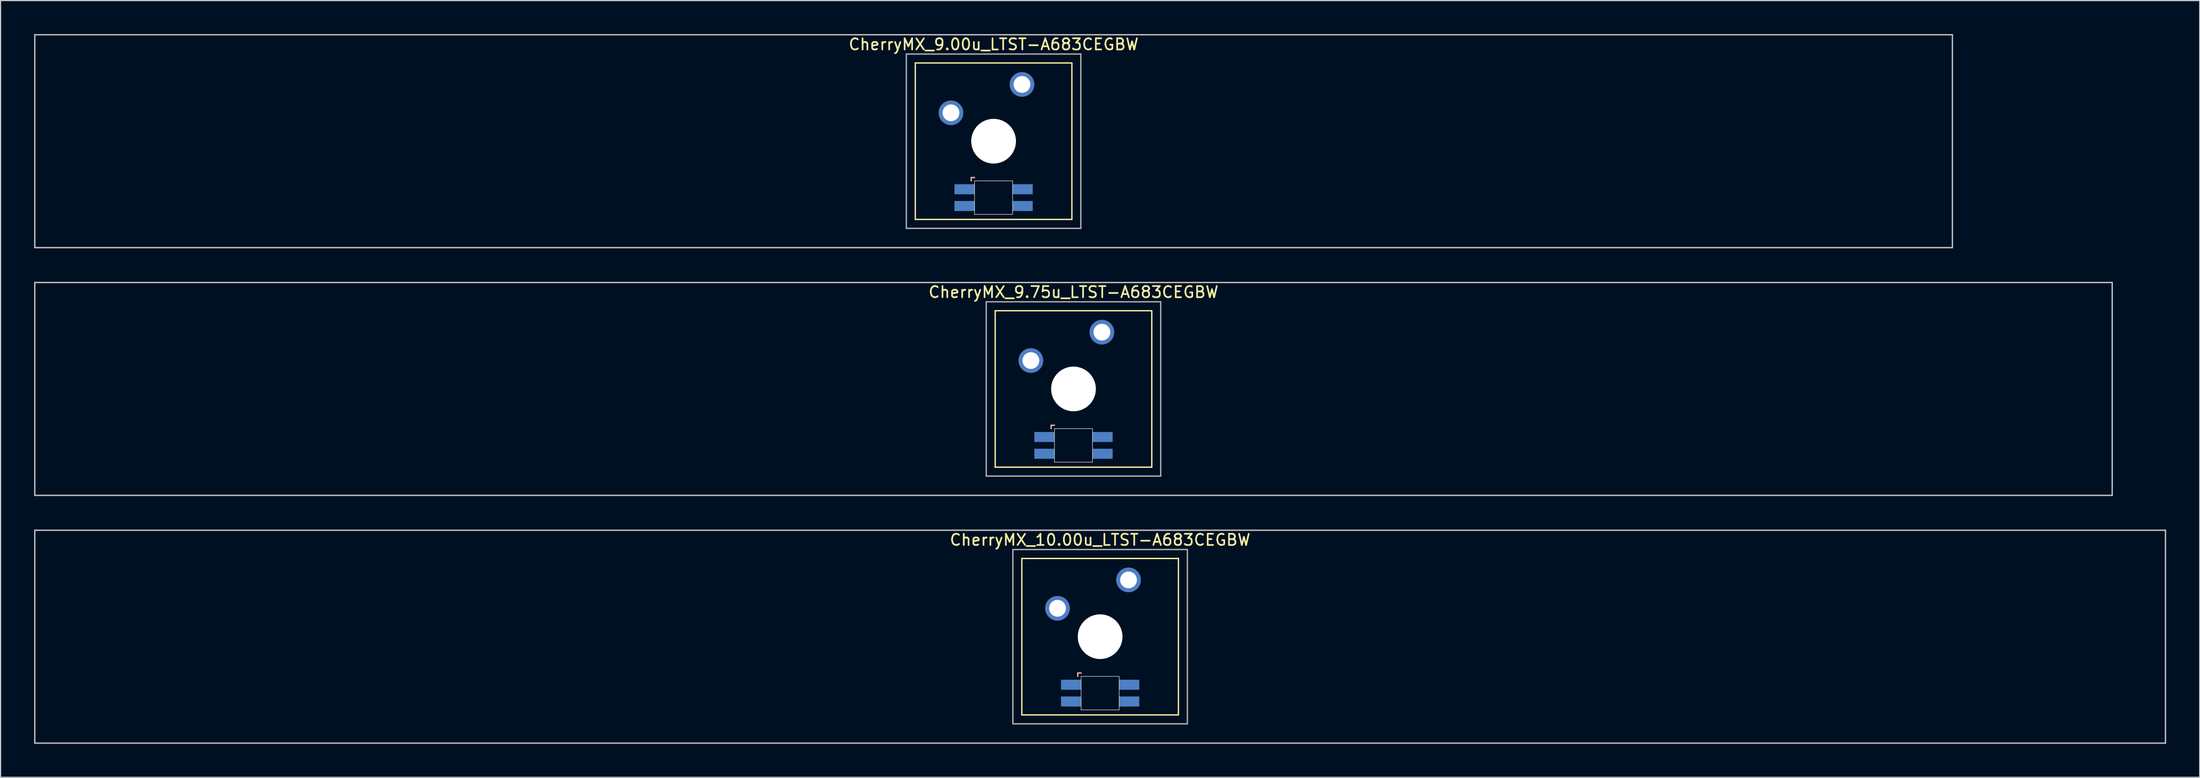
<source format=kicad_pcb>
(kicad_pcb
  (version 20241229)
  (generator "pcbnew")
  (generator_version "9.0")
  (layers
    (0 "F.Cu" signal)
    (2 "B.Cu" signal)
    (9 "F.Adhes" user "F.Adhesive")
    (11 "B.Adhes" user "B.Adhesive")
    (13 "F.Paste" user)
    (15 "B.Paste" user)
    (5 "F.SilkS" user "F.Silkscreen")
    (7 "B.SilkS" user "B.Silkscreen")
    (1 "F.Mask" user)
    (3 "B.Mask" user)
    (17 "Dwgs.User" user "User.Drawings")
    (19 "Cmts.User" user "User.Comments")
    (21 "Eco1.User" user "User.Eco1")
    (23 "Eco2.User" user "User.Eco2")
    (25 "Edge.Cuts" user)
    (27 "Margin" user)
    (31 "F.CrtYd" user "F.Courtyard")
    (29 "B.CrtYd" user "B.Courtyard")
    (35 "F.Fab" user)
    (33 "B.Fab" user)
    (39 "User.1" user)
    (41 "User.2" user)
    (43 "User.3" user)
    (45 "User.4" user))
  (footprint "CherryMX_10.00u_LTST-A683CEGBW"
    (layer "F.Cu")
    (at 95.31 53.925)
    (property "Reference" "CherryMX_10.00u_LTST-A683CEGBW" (at 0 -8.662 0) (layer "F.SilkS") (effects (font (size 1 1) (thickness 0.15))))
    (attr through_hole)
    (fp_line (start -7 -7) (end -7 7) (stroke (width 0.12) (type solid)) (layer "F.SilkS"))
    (fp_line (start -7 -7) (end 7 -7) (stroke (width 0.12) (type solid)) (layer "F.SilkS"))
    (fp_line (start 7 -7) (end 7 7) (stroke (width 0.12) (type solid)) (layer "F.SilkS"))
    (fp_line (start 7 7) (end -7 7) (stroke (width 0.12) (type solid)) (layer "F.SilkS"))
    (fp_line (start -2 3.25) (end -2 3.55) (stroke (width 0.12) (type solid)) (layer "B.SilkS"))
    (fp_line (start -1.7 3.25) (end -2 3.25) (stroke (width 0.12) (type solid)) (layer "B.SilkS"))
    (fp_line (start -95.25 -9.525) (end 95.25 -9.525) (stroke (width 0.12) (type solid)) (layer "Dwgs.User"))
    (fp_line (start -95.25 9.525) (end -95.25 -9.525) (stroke (width 0.12) (type solid)) (layer "Dwgs.User"))
    (fp_line (start 95.25 -9.525) (end 95.25 9.525) (stroke (width 0.12) (type solid)) (layer "Dwgs.User"))
    (fp_line (start 95.25 9.525) (end -95.25 9.525) (stroke (width 0.12) (type solid)) (layer "Dwgs.User"))
    (fp_line (start -1.7 3.55) (end 1.7 3.55) (stroke (width 0.05) (type solid)) (layer "Edge.Cuts"))
    (fp_line (start -1.7 6.55) (end -1.7 3.55) (stroke (width 0.05) (type solid)) (layer "Edge.Cuts"))
    (fp_line (start 1.7 3.55) (end 1.7 6.55) (stroke (width 0.05) (type solid)) (layer "Edge.Cuts"))
    (fp_line (start 1.7 6.55) (end -1.7 6.55) (stroke (width 0.05) (type solid)) (layer "Edge.Cuts"))
    (fp_line (start -7.8 -7.8) (end -7.8 7.8) (stroke (width 0.12) (type solid)) (layer "F.Fab"))
    (fp_line (start -7.8 -7.8) (end 7.8 -7.8) (stroke (width 0.12) (type solid)) (layer "F.Fab"))
    (fp_line (start -7.8 7.8) (end 7.8 7.8) (stroke (width 0.12) (type solid)) (layer "F.Fab"))
    (fp_line (start 7.8 -7.8) (end 7.8 7.8) (stroke (width 0.12) (type solid)) (layer "F.Fab"))
    (pad "" np_thru_hole circle (at 0 0) (size 4 4) (drill 4) (layers "*.Cu" "*.Mask"))
    (pad "1" thru_hole circle (at -3.81 -2.54) (size 2.2 2.2) (drill 1.5) (layers "*.Cu" "*.Mask"))
    (pad "2" thru_hole circle (at 2.54 -5.08) (size 2.2 2.2) (drill 1.5) (layers "*.Cu" "*.Mask"))
    (pad "3" smd rect (at -2.6 4.3) (size 1.8 0.9) (layers "B.Cu" "B.Mask" "B.Paste"))
    (pad "4" smd rect (at -2.6 5.8) (size 1.8 0.9) (layers "B.Cu" "B.Mask" "B.Paste"))
    (pad "5" smd rect (at 2.6 4.3) (size 1.8 0.9) (layers "B.Cu" "B.Mask" "B.Paste"))
    (pad "6" smd rect (at 2.6 5.8) (size 1.8 0.9) (layers "B.Cu" "B.Mask" "B.Paste")))
  (footprint "CherryMX_9.00u_LTST-A683CEGBW"
    (layer "F.Cu")
    (at 85.785 9.585)
    (property "Reference" "CherryMX_9.00u_LTST-A683CEGBW" (at 0 -8.662 0) (layer "F.SilkS") (effects (font (size 1 1) (thickness 0.15))))
    (attr through_hole)
    (fp_line (start -7 -7) (end -7 7) (stroke (width 0.12) (type solid)) (layer "F.SilkS"))
    (fp_line (start -7 -7) (end 7 -7) (stroke (width 0.12) (type solid)) (layer "F.SilkS"))
    (fp_line (start 7 -7) (end 7 7) (stroke (width 0.12) (type solid)) (layer "F.SilkS"))
    (fp_line (start 7 7) (end -7 7) (stroke (width 0.12) (type solid)) (layer "F.SilkS"))
    (fp_line (start -2 3.25) (end -2 3.55) (stroke (width 0.12) (type solid)) (layer "B.SilkS"))
    (fp_line (start -1.7 3.25) (end -2 3.25) (stroke (width 0.12) (type solid)) (layer "B.SilkS"))
    (fp_line (start -85.725 -9.525) (end 85.725 -9.525) (stroke (width 0.12) (type solid)) (layer "Dwgs.User"))
    (fp_line (start -85.725 9.525) (end -85.725 -9.525) (stroke (width 0.12) (type solid)) (layer "Dwgs.User"))
    (fp_line (start 85.725 -9.525) (end 85.725 9.525) (stroke (width 0.12) (type solid)) (layer "Dwgs.User"))
    (fp_line (start 85.725 9.525) (end -85.725 9.525) (stroke (width 0.12) (type solid)) (layer "Dwgs.User"))
    (fp_line (start -1.7 3.55) (end 1.7 3.55) (stroke (width 0.05) (type solid)) (layer "Edge.Cuts"))
    (fp_line (start -1.7 6.55) (end -1.7 3.55) (stroke (width 0.05) (type solid)) (layer "Edge.Cuts"))
    (fp_line (start 1.7 3.55) (end 1.7 6.55) (stroke (width 0.05) (type solid)) (layer "Edge.Cuts"))
    (fp_line (start 1.7 6.55) (end -1.7 6.55) (stroke (width 0.05) (type solid)) (layer "Edge.Cuts"))
    (fp_line (start -7.8 -7.8) (end -7.8 7.8) (stroke (width 0.12) (type solid)) (layer "F.Fab"))
    (fp_line (start -7.8 -7.8) (end 7.8 -7.8) (stroke (width 0.12) (type solid)) (layer "F.Fab"))
    (fp_line (start -7.8 7.8) (end 7.8 7.8) (stroke (width 0.12) (type solid)) (layer "F.Fab"))
    (fp_line (start 7.8 -7.8) (end 7.8 7.8) (stroke (width 0.12) (type solid)) (layer "F.Fab"))
    (pad "" np_thru_hole circle (at 0 0) (size 4 4) (drill 4) (layers "*.Cu" "*.Mask"))
    (pad "1" thru_hole circle (at -3.81 -2.54) (size 2.2 2.2) (drill 1.5) (layers "*.Cu" "*.Mask"))
    (pad "2" thru_hole circle (at 2.54 -5.08) (size 2.2 2.2) (drill 1.5) (layers "*.Cu" "*.Mask"))
    (pad "3" smd rect (at -2.6 4.3) (size 1.8 0.9) (layers "B.Cu" "B.Mask" "B.Paste"))
    (pad "4" smd rect (at -2.6 5.8) (size 1.8 0.9) (layers "B.Cu" "B.Mask" "B.Paste"))
    (pad "5" smd rect (at 2.6 4.3) (size 1.8 0.9) (layers "B.Cu" "B.Mask" "B.Paste"))
    (pad "6" smd rect (at 2.6 5.8) (size 1.8 0.9) (layers "B.Cu" "B.Mask" "B.Paste")))
  (footprint "CherryMX_9.75u_LTST-A683CEGBW"
    (layer "F.Cu")
    (at 92.929 31.755)
    (property "Reference" "CherryMX_9.75u_LTST-A683CEGBW" (at 0 -8.662 0) (layer "F.SilkS") (effects (font (size 1 1) (thickness 0.15))))
    (attr through_hole)
    (fp_line (start -7 -7) (end -7 7) (stroke (width 0.12) (type solid)) (layer "F.SilkS"))
    (fp_line (start -7 -7) (end 7 -7) (stroke (width 0.12) (type solid)) (layer "F.SilkS"))
    (fp_line (start 7 -7) (end 7 7) (stroke (width 0.12) (type solid)) (layer "F.SilkS"))
    (fp_line (start 7 7) (end -7 7) (stroke (width 0.12) (type solid)) (layer "F.SilkS"))
    (fp_line (start -2 3.25) (end -2 3.55) (stroke (width 0.12) (type solid)) (layer "B.SilkS"))
    (fp_line (start -1.7 3.25) (end -2 3.25) (stroke (width 0.12) (type solid)) (layer "B.SilkS"))
    (fp_line (start -92.869 -9.525) (end 92.869 -9.525) (stroke (width 0.12) (type solid)) (layer "Dwgs.User"))
    (fp_line (start -92.869 9.525) (end -92.869 -9.525) (stroke (width 0.12) (type solid)) (layer "Dwgs.User"))
    (fp_line (start 92.869 -9.525) (end 92.869 9.525) (stroke (width 0.12) (type solid)) (layer "Dwgs.User"))
    (fp_line (start 92.869 9.525) (end -92.869 9.525) (stroke (width 0.12) (type solid)) (layer "Dwgs.User"))
    (fp_line (start -1.7 3.55) (end 1.7 3.55) (stroke (width 0.05) (type solid)) (layer "Edge.Cuts"))
    (fp_line (start -1.7 6.55) (end -1.7 3.55) (stroke (width 0.05) (type solid)) (layer "Edge.Cuts"))
    (fp_line (start 1.7 3.55) (end 1.7 6.55) (stroke (width 0.05) (type solid)) (layer "Edge.Cuts"))
    (fp_line (start 1.7 6.55) (end -1.7 6.55) (stroke (width 0.05) (type solid)) (layer "Edge.Cuts"))
    (fp_line (start -7.8 -7.8) (end -7.8 7.8) (stroke (width 0.12) (type solid)) (layer "F.Fab"))
    (fp_line (start -7.8 -7.8) (end 7.8 -7.8) (stroke (width 0.12) (type solid)) (layer "F.Fab"))
    (fp_line (start -7.8 7.8) (end 7.8 7.8) (stroke (width 0.12) (type solid)) (layer "F.Fab"))
    (fp_line (start 7.8 -7.8) (end 7.8 7.8) (stroke (width 0.12) (type solid)) (layer "F.Fab"))
    (pad "" np_thru_hole circle (at 0 0) (size 4 4) (drill 4) (layers "*.Cu" "*.Mask"))
    (pad "1" thru_hole circle (at -3.81 -2.54) (size 2.2 2.2) (drill 1.5) (layers "*.Cu" "*.Mask"))
    (pad "2" thru_hole circle (at 2.54 -5.08) (size 2.2 2.2) (drill 1.5) (layers "*.Cu" "*.Mask"))
    (pad "3" smd rect (at -2.6 4.3) (size 1.8 0.9) (layers "B.Cu" "B.Mask" "B.Paste"))
    (pad "4" smd rect (at -2.6 5.8) (size 1.8 0.9) (layers "B.Cu" "B.Mask" "B.Paste"))
    (pad "5" smd rect (at 2.6 4.3) (size 1.8 0.9) (layers "B.Cu" "B.Mask" "B.Paste"))
    (pad "6" smd rect (at 2.6 5.8) (size 1.8 0.9) (layers "B.Cu" "B.Mask" "B.Paste")))
  (gr_rect
    (start -3 -3)
    (end 193.62 66.51)
    (stroke (width 0.1) (type default))
    (fill no)
    (layer "Edge.Cuts")))
</source>
